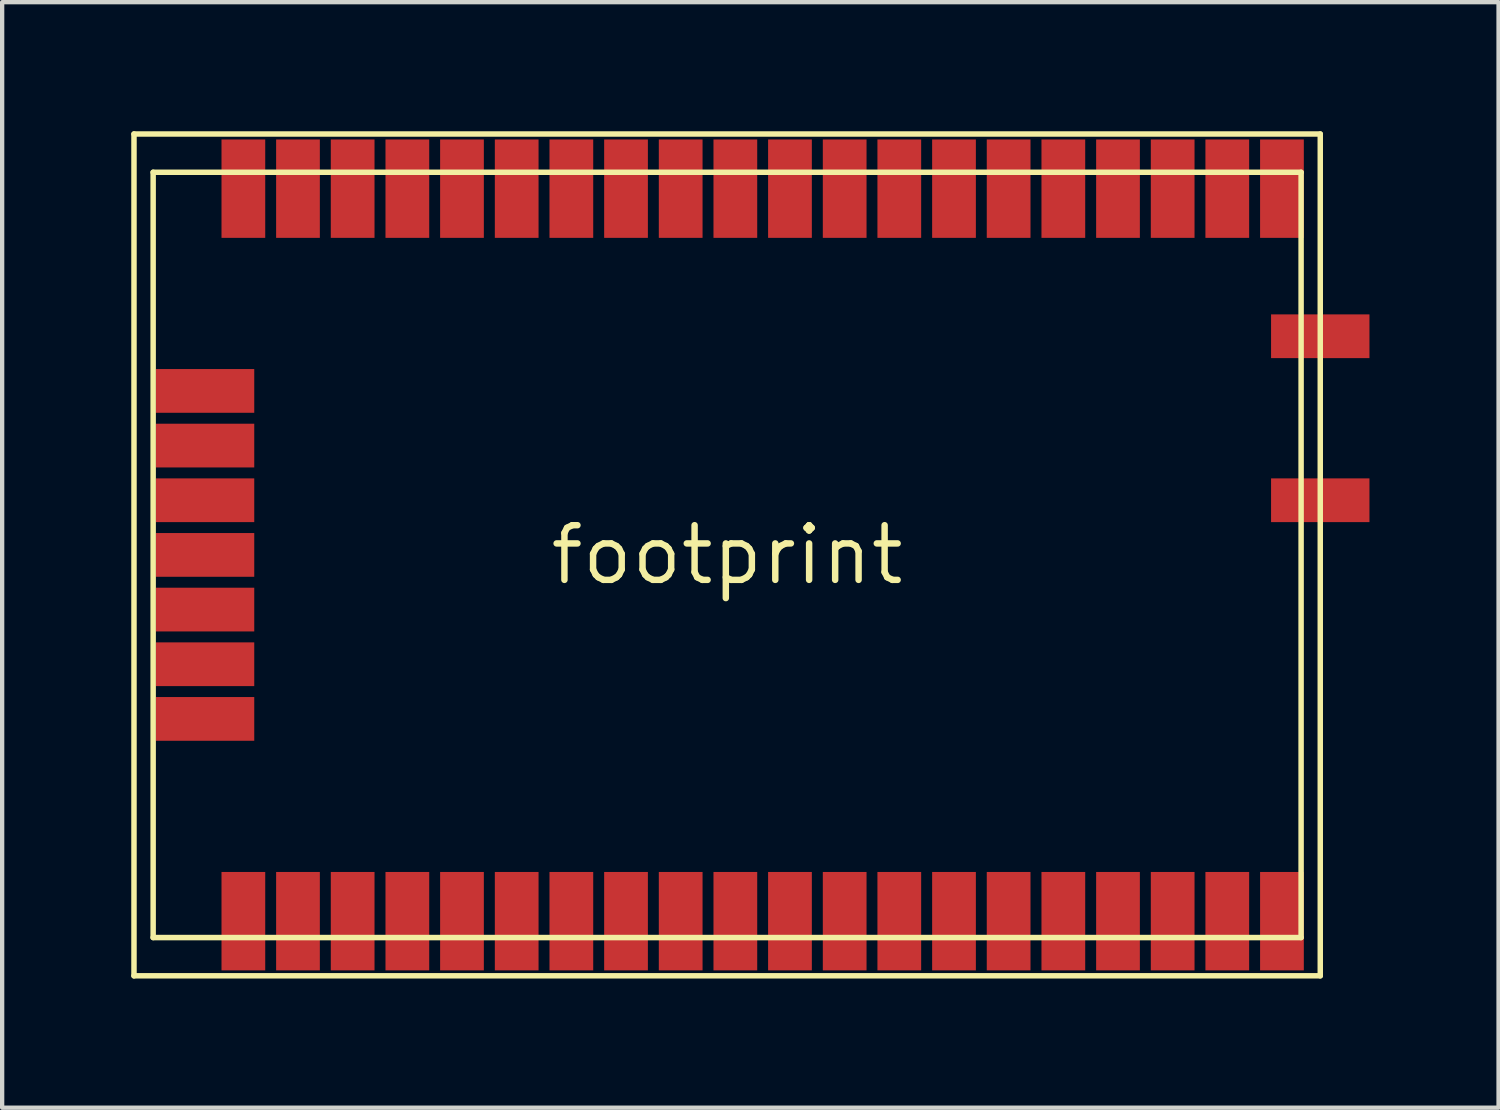
<source format=kicad_pcb>
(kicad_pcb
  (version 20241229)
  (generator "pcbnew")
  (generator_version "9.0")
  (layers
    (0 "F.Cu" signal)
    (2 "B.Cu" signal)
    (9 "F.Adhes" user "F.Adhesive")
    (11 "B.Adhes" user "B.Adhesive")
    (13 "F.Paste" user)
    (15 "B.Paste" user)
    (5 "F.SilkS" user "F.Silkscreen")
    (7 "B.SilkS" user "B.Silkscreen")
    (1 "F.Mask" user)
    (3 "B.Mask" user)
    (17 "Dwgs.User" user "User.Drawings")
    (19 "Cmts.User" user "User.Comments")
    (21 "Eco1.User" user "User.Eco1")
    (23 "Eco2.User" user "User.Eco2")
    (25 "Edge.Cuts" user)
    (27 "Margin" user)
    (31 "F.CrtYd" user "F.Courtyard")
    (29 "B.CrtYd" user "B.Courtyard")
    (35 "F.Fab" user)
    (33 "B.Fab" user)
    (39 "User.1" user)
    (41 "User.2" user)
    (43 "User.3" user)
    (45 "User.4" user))
  (footprint "footprint"
    (layer "F.Cu")
    (at 13.843 9.842)
    (property "Reference" "footprint" (at 0 0 0) (layer "F.SilkS") (effects (font (size 1.27 1.27) (thickness 0.15))))
    (fp_line (start -13.78 -9.779) (end 13.78 -9.779) (stroke (width 0.127) (type solid)) (layer "F.SilkS"))
    (fp_line (start -13.78 9.779) (end -13.78 -9.779) (stroke (width 0.127) (type solid)) (layer "F.SilkS"))
    (fp_line (start -13.335 -8.89) (end 13.335 -8.89) (stroke (width 0.127) (type solid)) (layer "F.SilkS"))
    (fp_line (start -13.335 8.89) (end -13.335 -8.89) (stroke (width 0.127) (type solid)) (layer "F.SilkS"))
    (fp_line (start 13.335 -8.89) (end 13.335 8.89) (stroke (width 0.127) (type solid)) (layer "F.SilkS"))
    (fp_line (start 13.335 8.89) (end -13.335 8.89) (stroke (width 0.127) (type solid)) (layer "F.SilkS"))
    (fp_line (start 13.78 -9.779) (end 13.78 9.779) (stroke (width 0.127) (type solid)) (layer "F.SilkS"))
    (fp_line (start 13.78 9.779) (end -13.78 9.779) (stroke (width 0.127) (type solid)) (layer "F.SilkS"))
    (pad "1" smd rect (at 12.89 -8.509) (size 1.016 2.286) (layers "F.Cu" "F.Mask" "F.Paste"))
    (pad "2" smd rect (at 11.62 -8.509) (size 1.016 2.286) (layers "F.Cu" "F.Mask" "F.Paste"))
    (pad "3" smd rect (at 10.351 -8.509) (size 1.016 2.286) (layers "F.Cu" "F.Mask" "F.Paste"))
    (pad "4" smd rect (at 9.081 -8.509) (size 1.016 2.286) (layers "F.Cu" "F.Mask" "F.Paste"))
    (pad "5" smd rect (at 7.811 -8.509) (size 1.016 2.286) (layers "F.Cu" "F.Mask" "F.Paste"))
    (pad "6" smd rect (at 6.54 -8.509) (size 1.016 2.286) (layers "F.Cu" "F.Mask" "F.Paste"))
    (pad "7" smd rect (at 5.271 -8.509) (size 1.016 2.286) (layers "F.Cu" "F.Mask" "F.Paste"))
    (pad "8" smd rect (at 4 -8.509) (size 1.016 2.286) (layers "F.Cu" "F.Mask" "F.Paste"))
    (pad "9" smd rect (at 2.731 -8.509) (size 1.016 2.286) (layers "F.Cu" "F.Mask" "F.Paste"))
    (pad "10" smd rect (at 1.46 -8.509) (size 1.016 2.286) (layers "F.Cu" "F.Mask" "F.Paste"))
    (pad "11" smd rect (at 0.191 -8.509) (size 1.016 2.286) (layers "F.Cu" "F.Mask" "F.Paste"))
    (pad "12" smd rect (at -1.079 -8.509) (size 1.016 2.286) (layers "F.Cu" "F.Mask" "F.Paste"))
    (pad "13" smd rect (at -2.349 -8.509) (size 1.016 2.286) (layers "F.Cu" "F.Mask" "F.Paste"))
    (pad "14" smd rect (at -3.619 -8.509) (size 1.016 2.286) (layers "F.Cu" "F.Mask" "F.Paste"))
    (pad "15" smd rect (at -4.889 -8.509) (size 1.016 2.286) (layers "F.Cu" "F.Mask" "F.Paste"))
    (pad "16" smd rect (at -6.16 -8.509) (size 1.016 2.286) (layers "F.Cu" "F.Mask" "F.Paste"))
    (pad "17" smd rect (at -7.429 -8.509) (size 1.016 2.286) (layers "F.Cu" "F.Mask" "F.Paste"))
    (pad "18" smd rect (at -8.7 -8.509) (size 1.016 2.286) (layers "F.Cu" "F.Mask" "F.Paste"))
    (pad "19" smd rect (at -9.97 -8.509) (size 1.016 2.286) (layers "F.Cu" "F.Mask" "F.Paste"))
    (pad "20" smd rect (at -11.239 -8.509) (size 1.016 2.286) (layers "F.Cu" "F.Mask" "F.Paste"))
    (pad "21" smd rect (at -12.129 -3.81 90) (size 1.016 2.286) (layers "F.Cu" "F.Mask" "F.Paste"))
    (pad "22" smd rect (at -12.129 -2.54 90) (size 1.016 2.286) (layers "F.Cu" "F.Mask" "F.Paste"))
    (pad "23" smd rect (at -12.129 -1.27 90) (size 1.016 2.286) (layers "F.Cu" "F.Mask" "F.Paste"))
    (pad "24" smd rect (at -12.129 0 90) (size 1.016 2.286) (layers "F.Cu" "F.Mask" "F.Paste"))
    (pad "25" smd rect (at -12.129 1.27 90) (size 1.016 2.286) (layers "F.Cu" "F.Mask" "F.Paste"))
    (pad "26" smd rect (at -12.129 2.54 90) (size 1.016 2.286) (layers "F.Cu" "F.Mask" "F.Paste"))
    (pad "27" smd rect (at -12.129 3.81 90) (size 1.016 2.286) (layers "F.Cu" "F.Mask" "F.Paste"))
    (pad "28" smd rect (at -11.239 8.509 180) (size 1.016 2.286) (layers "F.Cu" "F.Mask" "F.Paste"))
    (pad "29" smd rect (at -9.97 8.509 180) (size 1.016 2.286) (layers "F.Cu" "F.Mask" "F.Paste"))
    (pad "30" smd rect (at -8.7 8.509 180) (size 1.016 2.286) (layers "F.Cu" "F.Mask" "F.Paste"))
    (pad "31" smd rect (at -7.429 8.509 180) (size 1.016 2.286) (layers "F.Cu" "F.Mask" "F.Paste"))
    (pad "32" smd rect (at -6.16 8.509 180) (size 1.016 2.286) (layers "F.Cu" "F.Mask" "F.Paste"))
    (pad "33" smd rect (at -4.889 8.509 180) (size 1.016 2.286) (layers "F.Cu" "F.Mask" "F.Paste"))
    (pad "34" smd rect (at -3.619 8.509 180) (size 1.016 2.286) (layers "F.Cu" "F.Mask" "F.Paste"))
    (pad "35" smd rect (at -2.349 8.509 180) (size 1.016 2.286) (layers "F.Cu" "F.Mask" "F.Paste"))
    (pad "36" smd rect (at -1.079 8.509 180) (size 1.016 2.286) (layers "F.Cu" "F.Mask" "F.Paste"))
    (pad "37" smd rect (at 0.191 8.509 180) (size 1.016 2.286) (layers "F.Cu" "F.Mask" "F.Paste"))
    (pad "38" smd rect (at 1.46 8.509 180) (size 1.016 2.286) (layers "F.Cu" "F.Mask" "F.Paste"))
    (pad "39" smd rect (at 2.731 8.509 180) (size 1.016 2.286) (layers "F.Cu" "F.Mask" "F.Paste"))
    (pad "40" smd rect (at 4 8.509 180) (size 1.016 2.286) (layers "F.Cu" "F.Mask" "F.Paste"))
    (pad "41" smd rect (at 5.271 8.509 180) (size 1.016 2.286) (layers "F.Cu" "F.Mask" "F.Paste"))
    (pad "42" smd rect (at 6.54 8.509 180) (size 1.016 2.286) (layers "F.Cu" "F.Mask" "F.Paste"))
    (pad "43" smd rect (at 7.811 8.509 180) (size 1.016 2.286) (layers "F.Cu" "F.Mask" "F.Paste"))
    (pad "44" smd rect (at 9.081 8.509 180) (size 1.016 2.286) (layers "F.Cu" "F.Mask" "F.Paste"))
    (pad "45" smd rect (at 10.351 8.509 180) (size 1.016 2.286) (layers "F.Cu" "F.Mask" "F.Paste"))
    (pad "46" smd rect (at 11.62 8.509 180) (size 1.016 2.286) (layers "F.Cu" "F.Mask" "F.Paste"))
    (pad "47" smd rect (at 12.89 8.509 180) (size 1.016 2.286) (layers "F.Cu" "F.Mask" "F.Paste"))
    (pad "48" smd rect (at 13.78 -5.08 270) (size 1.016 2.286) (layers "F.Cu" "F.Mask" "F.Paste"))
    (pad "49" smd rect (at 13.78 -1.27 270) (size 1.016 2.286) (layers "F.Cu" "F.Mask" "F.Paste")))
  (gr_rect
    (start -3 -3)
    (end 31.765 22.685)
    (stroke (width 0.1) (type default))
    (fill no)
    (layer "Edge.Cuts")))
</source>
